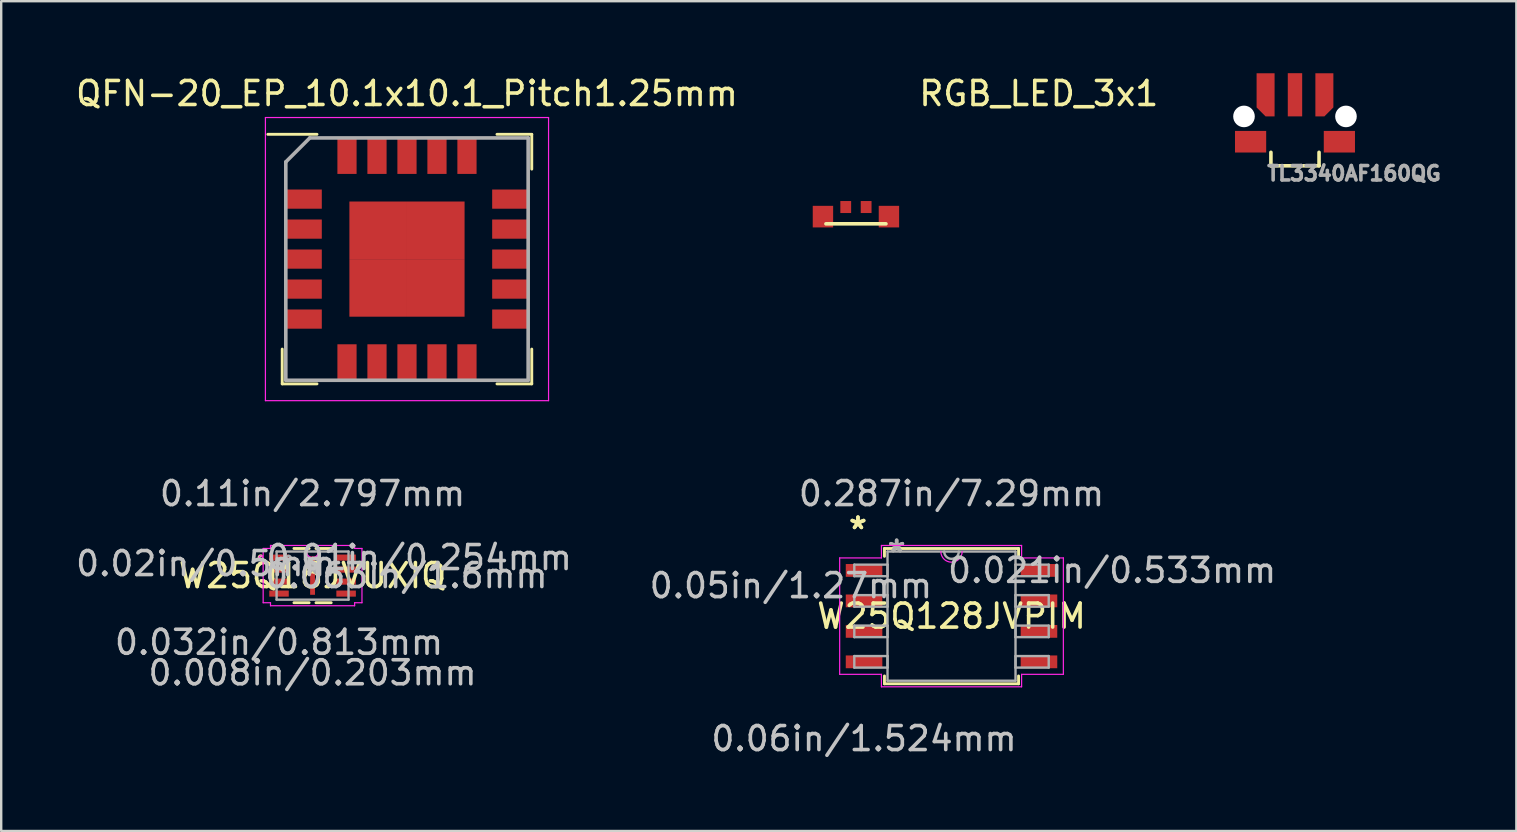
<source format=kicad_pcb>
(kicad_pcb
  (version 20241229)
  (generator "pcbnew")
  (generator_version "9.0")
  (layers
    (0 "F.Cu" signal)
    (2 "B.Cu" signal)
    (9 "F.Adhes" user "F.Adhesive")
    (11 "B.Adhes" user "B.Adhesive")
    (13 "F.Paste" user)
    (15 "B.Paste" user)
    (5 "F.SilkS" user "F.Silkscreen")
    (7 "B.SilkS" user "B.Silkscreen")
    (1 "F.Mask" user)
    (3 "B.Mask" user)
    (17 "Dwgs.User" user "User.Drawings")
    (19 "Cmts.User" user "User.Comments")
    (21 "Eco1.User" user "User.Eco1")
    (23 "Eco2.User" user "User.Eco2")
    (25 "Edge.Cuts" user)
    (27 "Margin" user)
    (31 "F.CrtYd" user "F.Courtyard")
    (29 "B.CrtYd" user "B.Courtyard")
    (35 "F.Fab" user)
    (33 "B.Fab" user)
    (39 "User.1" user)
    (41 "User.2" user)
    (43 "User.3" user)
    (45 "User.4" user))
  (footprint "W25Q16JVUXIQ"
    (layer "F.Cu")
    (at 9.976 20.938)
    (property "Reference" "W25Q16JVUXIQ" (at 0 0 0) (layer "F.SilkS") (effects (font (size 1 1) (thickness 0.15))))
    (attr through_hole)
    (fp_line (start -0.776 1.13) (end -0.143 1.13) (stroke (width 0.12) (type solid)) (layer "F.SilkS"))
    (fp_line (start -0.143 -1.13) (end -0.776 -1.13) (stroke (width 0.12) (type solid)) (layer "F.SilkS"))
    (fp_line (start 0.143 1.13) (end 0.776 1.13) (stroke (width 0.12) (type solid)) (layer "F.SilkS"))
    (fp_line (start 0.776 -1.13) (end 0.143 -1.13) (stroke (width 0.12) (type solid)) (layer "F.SilkS"))
    (fp_arc (start -2.13754 -0.676171) (mid -2.2326 -0.75) (end -2.13754 -0.823829) (stroke (width 0.12) (type solid)) (layer "F.SilkS"))
    (fp_line (start -2.059 -1.131) (end -1.753 -1.131) (stroke (width 0.05) (type solid)) (layer "F.CrtYd"))
    (fp_line (start -2.059 1.131) (end -2.059 -1.131) (stroke (width 0.05) (type solid)) (layer "F.CrtYd"))
    (fp_line (start -1.753 -1.257) (end 1.753 -1.257) (stroke (width 0.05) (type solid)) (layer "F.CrtYd"))
    (fp_line (start -1.753 -1.131) (end -1.753 -1.257) (stroke (width 0.05) (type solid)) (layer "F.CrtYd"))
    (fp_line (start -1.753 1.131) (end -2.059 1.131) (stroke (width 0.05) (type solid)) (layer "F.CrtYd"))
    (fp_line (start -1.753 1.257) (end -1.753 1.131) (stroke (width 0.05) (type solid)) (layer "F.CrtYd"))
    (fp_line (start 1.753 -1.257) (end 1.753 -1.131) (stroke (width 0.05) (type solid)) (layer "F.CrtYd"))
    (fp_line (start 1.753 -1.131) (end 2.059 -1.131) (stroke (width 0.05) (type solid)) (layer "F.CrtYd"))
    (fp_line (start 1.753 1.131) (end 1.753 1.257) (stroke (width 0.05) (type solid)) (layer "F.CrtYd"))
    (fp_line (start 1.753 1.257) (end -1.753 1.257) (stroke (width 0.05) (type solid)) (layer "F.CrtYd"))
    (fp_line (start 2.059 -1.131) (end 2.059 1.131) (stroke (width 0.05) (type solid)) (layer "F.CrtYd"))
    (fp_line (start 2.059 1.131) (end 1.753 1.131) (stroke (width 0.05) (type solid)) (layer "F.CrtYd"))
    (fp_arc (start 0.249767 -1.0033) (mid 0 -0.753533) (end -0.249767 -1.0033) (stroke (width 0.05) (type solid)) (layer "F.CrtYd"))
    (fp_circle (center -2.156 -0.75) (end -2.08 -0.75) (stroke (width 0.05) (type solid)) (fill no) (layer "F.CrtYd"))
    (fp_line (start -1.499 -1.003) (end -1.499 1.003) (stroke (width 0.1) (type solid)) (layer "F.Fab"))
    (fp_line (start -1.499 1.003) (end 1.499 1.003) (stroke (width 0.1) (type solid)) (layer "F.Fab"))
    (fp_line (start 1.499 -1.003) (end -1.499 -1.003) (stroke (width 0.1) (type solid)) (layer "F.Fab"))
    (fp_line (start 1.499 1.003) (end 1.499 -1.003) (stroke (width 0.1) (type solid)) (layer "F.Fab"))
    (fp_arc (start 0.3048 -1.0033) (mid 0 -0.6985) (end -0.3048 -1.0033) (stroke (width 0.1) (type solid)) (layer "F.Fab"))
    (fp_circle (center -0.992 -0.75) (end -0.916 -0.75) (stroke (width 0.1) (type solid)) (fill no) (layer "F.Fab"))
    (fp_text user "*" (at 0 0 0) (layer "F.SilkS") (effects (font (size 1 1) (thickness 0.15))))
    (fp_text user "0.063in/1.6mm" (at 3.912 0 0) (layer "Dwgs.User") (effects (font (size 1 1) (thickness 0.15))))
    (fp_text user "0.01in/0.254mm" (at 4.446 -0.75 0) (layer "Dwgs.User") (effects (font (size 1 1) (thickness 0.15))))
    (fp_text user "0.008in/0.203mm" (at 0 4.051 0) (layer "Dwgs.User") (effects (font (size 1 1) (thickness 0.15))))
    (fp_text user "0.02in/0.5mm" (at -4.446 -0.5 0) (layer "Dwgs.User") (effects (font (size 1 1) (thickness 0.15))))
    (fp_text user "0.11in/2.797mm" (at 0 -3.416 0) (layer "Dwgs.User") (effects (font (size 1 1) (thickness 0.15))))
    (fp_text user "0.032in/0.813mm" (at -1.398 2.781 0) (layer "Dwgs.User") (effects (font (size 1 1) (thickness 0.15))))
    (fp_text user "Copyright 2021 Accelerated Designs. All rights reserved." (at 0 0 0) (layer "Cmts.User") (effects (font (size 0.127 0.127) (thickness 0.002))))
    (fp_text user "*" (at 0 0 0) (layer "F.Fab") (effects (font (size 1 1) (thickness 0.15))))
    (pad "1" smd rect (at -1.398 -0.75) (size 0.813 0.254) (layers "F.Cu" "F.Mask" "F.Paste"))
    (pad "2" smd rect (at -1.398 -0.25) (size 0.813 0.254) (layers "F.Cu" "F.Mask" "F.Paste"))
    (pad "3" smd rect (at -1.398 0.25) (size 0.813 0.254) (layers "F.Cu" "F.Mask" "F.Paste"))
    (pad "4" smd rect (at -1.398 0.75) (size 0.813 0.254) (layers "F.Cu" "F.Mask" "F.Paste"))
    (pad "5" smd rect (at 1.398 0.75) (size 0.813 0.254) (layers "F.Cu" "F.Mask" "F.Paste"))
    (pad "6" smd rect (at 1.398 0.25) (size 0.813 0.254) (layers "F.Cu" "F.Mask" "F.Paste"))
    (pad "7" smd rect (at 1.398 -0.25) (size 0.813 0.254) (layers "F.Cu" "F.Mask" "F.Paste"))
    (pad "8" smd rect (at 1.398 -0.75) (size 0.813 0.254) (layers "F.Cu" "F.Mask" "F.Paste"))
    (pad "9" smd rect (at 0 0) (size 0.203 1.6) (layers "F.Cu" "F.Mask" "F.Paste")))
  (footprint "W25Q128JVPIM"
    (layer "F.Cu")
    (at 36.604 22.627)
    (property "Reference" "W25Q128JVPIM" (at 0 0 0) (layer "F.SilkS") (effects (font (size 1 1) (thickness 0.15))))
    (attr through_hole)
    (fp_line (start -2.794 -2.819) (end -2.794 -2.492) (stroke (width 0.12) (type solid)) (layer "F.SilkS"))
    (fp_line (start -2.794 2.492) (end -2.794 2.819) (stroke (width 0.12) (type solid)) (layer "F.SilkS"))
    (fp_line (start -2.794 2.819) (end 2.794 2.819) (stroke (width 0.12) (type solid)) (layer "F.SilkS"))
    (fp_line (start 2.794 -2.819) (end -2.794 -2.819) (stroke (width 0.12) (type solid)) (layer "F.SilkS"))
    (fp_line (start 2.794 -2.492) (end 2.794 -2.819) (stroke (width 0.12) (type solid)) (layer "F.SilkS"))
    (fp_line (start 2.794 2.819) (end 2.794 2.492) (stroke (width 0.12) (type solid)) (layer "F.SilkS"))
    (fp_line (start -4.661 -2.426) (end -2.921 -2.426) (stroke (width 0.05) (type solid)) (layer "F.CrtYd"))
    (fp_line (start -4.661 2.426) (end -4.661 -2.426) (stroke (width 0.05) (type solid)) (layer "F.CrtYd"))
    (fp_line (start -2.921 -2.946) (end 2.921 -2.946) (stroke (width 0.05) (type solid)) (layer "F.CrtYd"))
    (fp_line (start -2.921 -2.426) (end -2.921 -2.946) (stroke (width 0.05) (type solid)) (layer "F.CrtYd"))
    (fp_line (start -2.921 2.426) (end -4.661 2.426) (stroke (width 0.05) (type solid)) (layer "F.CrtYd"))
    (fp_line (start -2.921 2.946) (end -2.921 2.426) (stroke (width 0.05) (type solid)) (layer "F.CrtYd"))
    (fp_line (start 2.921 -2.946) (end 2.921 -2.426) (stroke (width 0.05) (type solid)) (layer "F.CrtYd"))
    (fp_line (start 2.921 -2.426) (end 4.661 -2.426) (stroke (width 0.05) (type solid)) (layer "F.CrtYd"))
    (fp_line (start 2.921 2.426) (end 2.921 2.946) (stroke (width 0.05) (type solid)) (layer "F.CrtYd"))
    (fp_line (start 2.921 2.946) (end -2.921 2.946) (stroke (width 0.05) (type solid)) (layer "F.CrtYd"))
    (fp_line (start 4.661 -2.426) (end 4.661 2.426) (stroke (width 0.05) (type solid)) (layer "F.CrtYd"))
    (fp_line (start 4.661 2.426) (end 2.921 2.426) (stroke (width 0.05) (type solid)) (layer "F.CrtYd"))
    (fp_arc (start 0.4445 -2.6924) (mid 0 -2.2479) (end -0.4445 -2.6924) (stroke (width 0.05) (type solid)) (layer "F.CrtYd"))
    (fp_line (start -4.051 -2.146) (end -4.051 -1.664) (stroke (width 0.1) (type solid)) (layer "F.Fab"))
    (fp_line (start -4.051 -1.664) (end -2.667 -1.664) (stroke (width 0.1) (type solid)) (layer "F.Fab"))
    (fp_line (start -4.051 -0.876) (end -4.051 -0.394) (stroke (width 0.1) (type solid)) (layer "F.Fab"))
    (fp_line (start -4.051 -0.394) (end -2.667 -0.394) (stroke (width 0.1) (type solid)) (layer "F.Fab"))
    (fp_line (start -4.051 0.394) (end -4.051 0.876) (stroke (width 0.1) (type solid)) (layer "F.Fab"))
    (fp_line (start -4.051 0.876) (end -2.667 0.876) (stroke (width 0.1) (type solid)) (layer "F.Fab"))
    (fp_line (start -4.051 1.664) (end -4.051 2.146) (stroke (width 0.1) (type solid)) (layer "F.Fab"))
    (fp_line (start -4.051 2.146) (end -2.667 2.146) (stroke (width 0.1) (type solid)) (layer "F.Fab"))
    (fp_line (start -2.667 -2.692) (end -2.667 2.692) (stroke (width 0.1) (type solid)) (layer "F.Fab"))
    (fp_line (start -2.667 -2.146) (end -4.051 -2.146) (stroke (width 0.1) (type solid)) (layer "F.Fab"))
    (fp_line (start -2.667 -1.664) (end -2.667 -2.146) (stroke (width 0.1) (type solid)) (layer "F.Fab"))
    (fp_line (start -2.667 -0.876) (end -4.051 -0.876) (stroke (width 0.1) (type solid)) (layer "F.Fab"))
    (fp_line (start -2.667 -0.394) (end -2.667 -0.876) (stroke (width 0.1) (type solid)) (layer "F.Fab"))
    (fp_line (start -2.667 0.394) (end -4.051 0.394) (stroke (width 0.1) (type solid)) (layer "F.Fab"))
    (fp_line (start -2.667 0.876) (end -2.667 0.394) (stroke (width 0.1) (type solid)) (layer "F.Fab"))
    (fp_line (start -2.667 1.664) (end -4.051 1.664) (stroke (width 0.1) (type solid)) (layer "F.Fab"))
    (fp_line (start -2.667 2.146) (end -2.667 1.664) (stroke (width 0.1) (type solid)) (layer "F.Fab"))
    (fp_line (start -2.667 2.692) (end 2.667 2.692) (stroke (width 0.1) (type solid)) (layer "F.Fab"))
    (fp_line (start 2.667 -2.692) (end -2.667 -2.692) (stroke (width 0.1) (type solid)) (layer "F.Fab"))
    (fp_line (start 2.667 -2.146) (end 2.667 -1.664) (stroke (width 0.1) (type solid)) (layer "F.Fab"))
    (fp_line (start 2.667 -1.664) (end 4.051 -1.664) (stroke (width 0.1) (type solid)) (layer "F.Fab"))
    (fp_line (start 2.667 -0.876) (end 2.667 -0.394) (stroke (width 0.1) (type solid)) (layer "F.Fab"))
    (fp_line (start 2.667 -0.394) (end 4.051 -0.394) (stroke (width 0.1) (type solid)) (layer "F.Fab"))
    (fp_line (start 2.667 0.394) (end 2.667 0.876) (stroke (width 0.1) (type solid)) (layer "F.Fab"))
    (fp_line (start 2.667 0.876) (end 4.051 0.876) (stroke (width 0.1) (type solid)) (layer "F.Fab"))
    (fp_line (start 2.667 1.664) (end 2.667 2.146) (stroke (width 0.1) (type solid)) (layer "F.Fab"))
    (fp_line (start 2.667 2.146) (end 4.051 2.146) (stroke (width 0.1) (type solid)) (layer "F.Fab"))
    (fp_line (start 2.667 2.692) (end 2.667 -2.692) (stroke (width 0.1) (type solid)) (layer "F.Fab"))
    (fp_line (start 4.051 -2.146) (end 2.667 -2.146) (stroke (width 0.1) (type solid)) (layer "F.Fab"))
    (fp_line (start 4.051 -1.664) (end 4.051 -2.146) (stroke (width 0.1) (type solid)) (layer "F.Fab"))
    (fp_line (start 4.051 -0.876) (end 2.667 -0.876) (stroke (width 0.1) (type solid)) (layer "F.Fab"))
    (fp_line (start 4.051 -0.394) (end 4.051 -0.876) (stroke (width 0.1) (type solid)) (layer "F.Fab"))
    (fp_line (start 4.051 0.394) (end 2.667 0.394) (stroke (width 0.1) (type solid)) (layer "F.Fab"))
    (fp_line (start 4.051 0.876) (end 4.051 0.394) (stroke (width 0.1) (type solid)) (layer "F.Fab"))
    (fp_line (start 4.051 1.664) (end 2.667 1.664) (stroke (width 0.1) (type solid)) (layer "F.Fab"))
    (fp_line (start 4.051 2.146) (end 4.051 1.664) (stroke (width 0.1) (type solid)) (layer "F.Fab"))
    (fp_arc (start 0.3048 -2.6924) (mid 0 -2.3876) (end -0.3048 -2.6924) (stroke (width 0.1) (type solid)) (layer "F.Fab"))
    (fp_text user "*" (at -3.899 -3.581 0) (layer "F.SilkS") (effects (font (size 1 1) (thickness 0.15))))
    (fp_text user "*" (at -3.899 -3.581 0) (layer "F.SilkS") (effects (font (size 1 1) (thickness 0.15))))
    (fp_text user "0.287in/7.29mm" (at 0 -5.105 0) (layer "Dwgs.User") (effects (font (size 1 1) (thickness 0.15))))
    (fp_text user "0.06in/1.524mm" (at -3.645 5.105 0) (layer "Dwgs.User") (effects (font (size 1 1) (thickness 0.15))))
    (fp_text user "0.05in/1.27mm" (at -6.693 -1.27 0) (layer "Dwgs.User") (effects (font (size 1 1) (thickness 0.15))))
    (fp_text user "0.021in/0.533mm" (at 6.693 -1.905 0) (layer "Dwgs.User") (effects (font (size 1 1) (thickness 0.15))))
    (fp_text user "Copyright 2021 Accelerated Designs. All rights reserved." (at 0 0 0) (layer "Cmts.User") (effects (font (size 0.127 0.127) (thickness 0.002))))
    (fp_text user "*" (at -2.286 -2.616 0) (layer "F.Fab") (effects (font (size 1 1) (thickness 0.15))))
    (fp_text user "*" (at -2.286 -2.616 0) (layer "F.Fab") (effects (font (size 1 1) (thickness 0.15))))
    (pad "1" smd rect (at -3.645 -1.905) (size 1.524 0.533) (layers "F.Cu" "F.Mask" "F.Paste"))
    (pad "2" smd rect (at -3.645 -0.635) (size 1.524 0.533) (layers "F.Cu" "F.Mask" "F.Paste"))
    (pad "3" smd rect (at -3.645 0.635) (size 1.524 0.533) (layers "F.Cu" "F.Mask" "F.Paste"))
    (pad "4" smd rect (at -3.645 1.905) (size 1.524 0.533) (layers "F.Cu" "F.Mask" "F.Paste"))
    (pad "5" smd rect (at 3.645 1.905) (size 1.524 0.533) (layers "F.Cu" "F.Mask" "F.Paste"))
    (pad "6" smd rect (at 3.645 0.635) (size 1.524 0.533) (layers "F.Cu" "F.Mask" "F.Paste"))
    (pad "7" smd rect (at 3.645 -0.635) (size 1.524 0.533) (layers "F.Cu" "F.Mask" "F.Paste"))
    (pad "8" smd rect (at 3.645 -1.905) (size 1.524 0.533) (layers "F.Cu" "F.Mask" "F.Paste")))
  (footprint "RGB_LED_3x1"
    (layer "F.Cu")
    (at 32.621 5.928)
    (property "Reference" "RGB_LED_3x1" (at 7.62 -5.08 0) (layer "F.SilkS") (effects (font (size 1 1) (thickness 0.15))))
    (attr through_hole)
    (fp_line (start -1.25 0.35) (end 1.25 0.35) (stroke (width 0.15) (type solid)) (layer "F.SilkS"))
    (pad "1" smd rect (at 1.375 0.05) (size 0.85 0.9) (layers "F.Cu" "F.Mask" "F.Paste"))
    (pad "2" smd rect (at 0.425 -0.35) (size 0.45 0.5) (layers "F.Cu" "F.Mask" "F.Paste"))
    (pad "3" smd rect (at -0.425 -0.35) (size 0.45 0.5) (layers "F.Cu" "F.Mask" "F.Paste"))
    (pad "4" smd rect (at -1.375 0.05) (size 0.85 0.9) (layers "F.Cu" "F.Mask" "F.Paste")))
  (footprint "TL3340AF160QG"
    (layer "F.Cu")
    (at 50.918 1.802)
    (property "Reference" "TL3340AF160QG" (at 2.461 2.377 0) (layer "F.Fab") (effects (font (size 0.6 0.6) (thickness 0.15))))
    (attr smd)
    (fp_line (start -1.003 1.496) (end -1.003 2.057) (stroke (width 0.15) (type solid)) (layer "F.SilkS"))
    (fp_line (start -1.003 2.057) (end 1.003 2.057) (stroke (width 0.15) (type solid)) (layer "F.SilkS"))
    (fp_line (start 1.003 1.496) (end 1.003 2.057) (stroke (width 0.15) (type solid)) (layer "F.SilkS"))
    (pad "" np_thru_hole circle (at -2.125 0) (size 0.9 0.9) (drill 0.9) (layers "*.Cu" "*.Mask"))
    (pad "" np_thru_hole circle (at 2.125 0) (size 0.9 0.9) (drill 0.9) (layers "*.Cu" "*.Mask"))
    (pad "1" smd roundrect (at -1.225 -0.9) (size 0.75 1.8) (layers "F.Cu" "F.Mask" "F.Paste") (roundrect_rratio 0) (chamfer_ratio 0.5) (chamfer bottom_left))
    (pad "2" smd rect (at -1.85 1.054) (size 1.3 0.9) (layers "F.Cu" "F.Mask" "F.Paste"))
    (pad "2" smd rect (at 0 -0.902) (size 0.6 1.8) (layers "F.Cu" "F.Mask" "F.Paste"))
    (pad "2" smd rect (at 1.85 1.054) (size 1.3 0.9) (layers "F.Cu" "F.Mask" "F.Paste"))
    (pad "3" smd roundrect (at 1.225 -0.9) (size 0.75 1.8) (layers "F.Cu" "F.Mask" "F.Paste") (roundrect_rratio 0) (chamfer_ratio 0.5) (chamfer bottom_right)))
  (footprint "QFN-20_EP_10.1x10.1_Pitch1.25mm"
    (layer "F.Cu")
    (at 13.911 7.748)
    (property "Reference" "QFN-20_EP_10.1x10.1_Pitch1.25mm" (at 0 -6.9 0) (layer "F.SilkS") (effects (font (size 1 1) (thickness 0.15))))
    (attr through_hole)
    (fp_line (start -5.2 5.2) (end -5.2 3.75) (stroke (width 0.12) (type solid)) (layer "F.SilkS"))
    (fp_line (start -3.75 -5.2) (end -5.8 -5.2) (stroke (width 0.12) (type solid)) (layer "F.SilkS"))
    (fp_line (start -3.75 5.2) (end -5.2 5.2) (stroke (width 0.12) (type solid)) (layer "F.SilkS"))
    (fp_line (start 3.75 -5.2) (end 5.2 -5.2) (stroke (width 0.12) (type solid)) (layer "F.SilkS"))
    (fp_line (start 3.75 5.2) (end 5.2 5.2) (stroke (width 0.12) (type solid)) (layer "F.SilkS"))
    (fp_line (start 5.2 -5.2) (end 5.2 -3.75) (stroke (width 0.12) (type solid)) (layer "F.SilkS"))
    (fp_line (start 5.2 5.2) (end 5.2 3.75) (stroke (width 0.12) (type solid)) (layer "F.SilkS"))
    (fp_line (start -5.9 -5.9) (end 5.9 -5.9) (stroke (width 0.05) (type solid)) (layer "F.CrtYd"))
    (fp_line (start -5.9 5.9) (end -5.9 -5.9) (stroke (width 0.05) (type solid)) (layer "F.CrtYd"))
    (fp_line (start 5.9 -5.9) (end 5.9 5.9) (stroke (width 0.05) (type solid)) (layer "F.CrtYd"))
    (fp_line (start 5.9 5.9) (end -5.9 5.9) (stroke (width 0.05) (type solid)) (layer "F.CrtYd"))
    (fp_line (start -5.05 -4.05) (end -5.05 5.05) (stroke (width 0.15) (type solid)) (layer "F.Fab"))
    (fp_line (start -5.05 5.05) (end 5.05 5.05) (stroke (width 0.15) (type solid)) (layer "F.Fab"))
    (fp_line (start -4.05 -5.05) (end -5.05 -4.05) (stroke (width 0.15) (type solid)) (layer "F.Fab"))
    (fp_line (start 5.05 -5.05) (end -4.05 -5.05) (stroke (width 0.15) (type solid)) (layer "F.Fab"))
    (fp_line (start 5.05 5.05) (end 5.05 -5.05) (stroke (width 0.15) (type solid)) (layer "F.Fab"))
    (pad "1" smd rect (at -4.3 -2.5 90) (size 0.8 1.5) (layers "F.Cu" "F.Mask" "F.Paste"))
    (pad "2" smd rect (at -4.3 -1.25 90) (size 0.8 1.5) (layers "F.Cu" "F.Mask" "F.Paste"))
    (pad "3" smd rect (at -4.3 0 90) (size 0.8 1.5) (layers "F.Cu" "F.Mask" "F.Paste"))
    (pad "4" smd rect (at -4.3 1.25 90) (size 0.8 1.5) (layers "F.Cu" "F.Mask" "F.Paste"))
    (pad "5" smd rect (at -4.3 2.5 90) (size 0.8 1.5) (layers "F.Cu" "F.Mask" "F.Paste"))
    (pad "6" smd rect (at -2.5 4.3) (size 0.8 1.5) (layers "F.Cu" "F.Mask" "F.Paste"))
    (pad "7" smd rect (at -1.25 4.3) (size 0.8 1.5) (layers "F.Cu" "F.Mask" "F.Paste"))
    (pad "8" smd rect (at 0 4.3) (size 0.8 1.5) (layers "F.Cu" "F.Mask" "F.Paste"))
    (pad "9" smd rect (at 1.25 4.3) (size 0.8 1.5) (layers "F.Cu" "F.Mask" "F.Paste"))
    (pad "10" smd rect (at 2.5 4.3) (size 0.8 1.5) (layers "F.Cu" "F.Mask" "F.Paste"))
    (pad "11" smd rect (at 4.3 2.5 90) (size 0.8 1.5) (layers "F.Cu" "F.Mask" "F.Paste"))
    (pad "12" smd rect (at 4.3 1.25 90) (size 0.8 1.5) (layers "F.Cu" "F.Mask" "F.Paste"))
    (pad "13" smd rect (at 4.3 0 90) (size 0.8 1.5) (layers "F.Cu" "F.Mask" "F.Paste"))
    (pad "14" smd rect (at 4.3 -1.25 90) (size 0.8 1.5) (layers "F.Cu" "F.Mask" "F.Paste"))
    (pad "15" smd rect (at 4.3 -2.5 90) (size 0.8 1.5) (layers "F.Cu" "F.Mask" "F.Paste"))
    (pad "16" smd rect (at 2.5 -4.3) (size 0.8 1.5) (layers "F.Cu" "F.Mask" "F.Paste"))
    (pad "17" smd rect (at 1.25 -4.3) (size 0.8 1.5) (layers "F.Cu" "F.Mask" "F.Paste"))
    (pad "18" smd rect (at 0 -4.3) (size 0.8 1.5) (layers "F.Cu" "F.Mask" "F.Paste"))
    (pad "19" smd rect (at -1.25 -4.3) (size 0.8 1.5) (layers "F.Cu" "F.Mask" "F.Paste"))
    (pad "20" smd rect (at -2.5 -4.3) (size 0.8 1.5) (layers "F.Cu" "F.Mask" "F.Paste"))
    (pad "21" smd rect (at -1.2 -1.2) (size 2.4 2.4) (layers "F.Cu" "F.Mask" "F.Paste"))
    (pad "21" smd rect (at -1.2 1.2) (size 2.4 2.4) (layers "F.Cu" "F.Mask" "F.Paste"))
    (pad "21" smd rect (at 1.2 -1.2) (size 2.4 2.4) (layers "F.Cu" "F.Mask" "F.Paste"))
    (pad "21" smd rect (at 1.2 1.2) (size 2.4 2.4) (layers "F.Cu" "F.Mask" "F.Paste")))
  (gr_rect
    (start -3 -3)
    (end 60.144 31.581)
    (stroke (width 0.1) (type default))
    (fill no)
    (layer "Edge.Cuts")))
</source>
